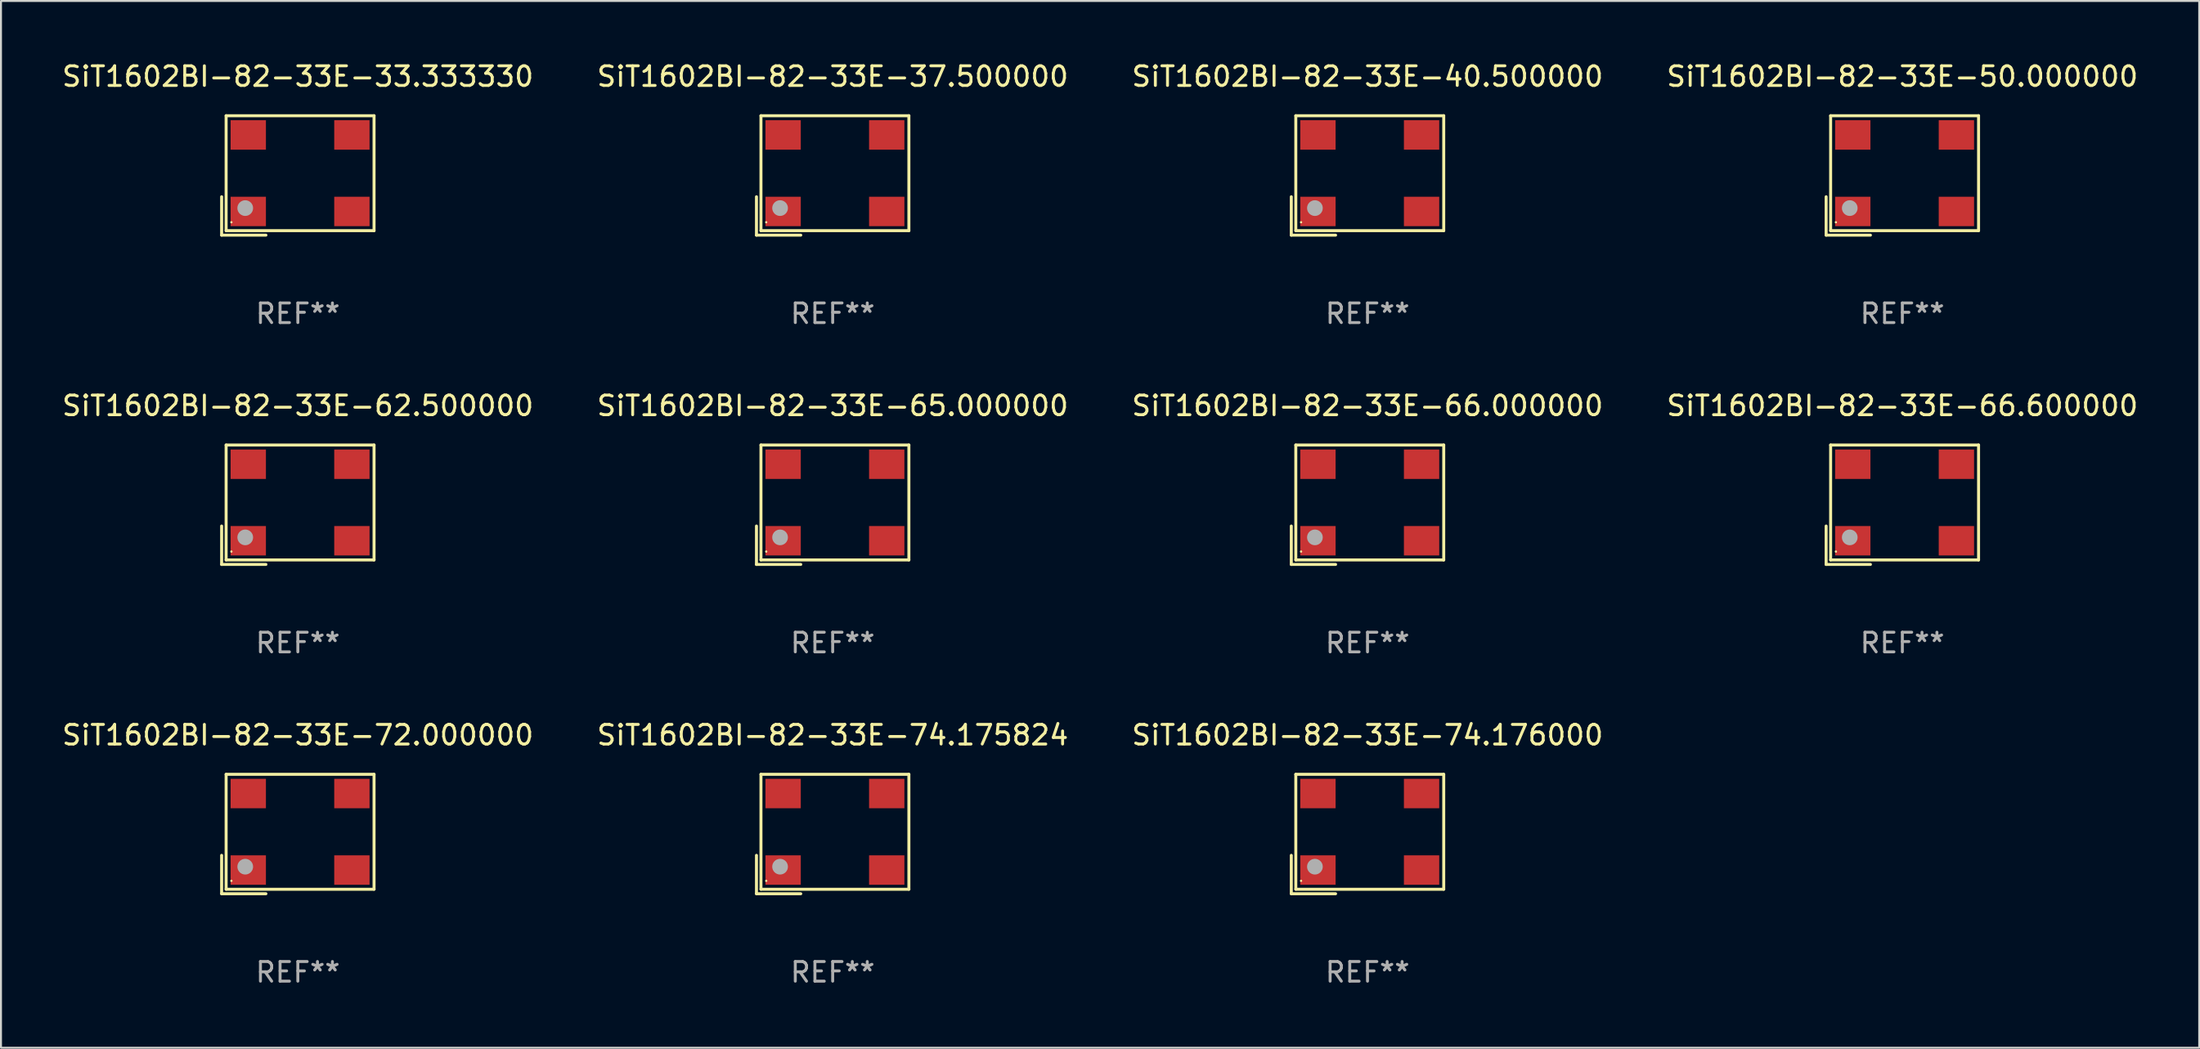
<source format=kicad_pcb>
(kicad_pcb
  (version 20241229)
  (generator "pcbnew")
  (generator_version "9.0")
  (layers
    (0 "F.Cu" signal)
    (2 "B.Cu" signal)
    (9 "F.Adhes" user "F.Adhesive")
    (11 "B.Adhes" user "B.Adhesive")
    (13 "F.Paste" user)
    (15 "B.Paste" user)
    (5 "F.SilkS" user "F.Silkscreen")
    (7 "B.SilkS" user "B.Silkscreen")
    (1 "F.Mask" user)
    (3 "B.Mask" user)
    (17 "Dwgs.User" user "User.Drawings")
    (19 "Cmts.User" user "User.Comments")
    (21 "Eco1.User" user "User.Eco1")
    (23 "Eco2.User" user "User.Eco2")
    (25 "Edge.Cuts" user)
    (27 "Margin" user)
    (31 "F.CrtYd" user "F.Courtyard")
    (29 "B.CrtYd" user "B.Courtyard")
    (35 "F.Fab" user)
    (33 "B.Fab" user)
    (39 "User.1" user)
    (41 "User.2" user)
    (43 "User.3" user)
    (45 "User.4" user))
  (footprint "SiT1602BI-82-33E-33.333330"
    (layer "F.Cu")
    (at 12.125 5.891)
    (property "Reference" "SiT1602BI-82-33E-33.333330" (at 0 -5.043 0) (layer "F.SilkS") (effects (font (size 1 1) (thickness 0.15))))
    (attr through_hole)
    (fp_line (start -3.883 1.086) (end -3.883 3.043) (stroke (width 0.152) (type solid)) (layer "F.SilkS"))
    (fp_line (start -3.883 3.043) (end -1.626 3.043) (stroke (width 0.152) (type solid)) (layer "F.SilkS"))
    (fp_line (start -3.654 -3.043) (end 3.883 -3.043) (stroke (width 0.152) (type solid)) (layer "F.SilkS"))
    (fp_line (start -3.654 2.814) (end -3.654 -3.043) (stroke (width 0.152) (type solid)) (layer "F.SilkS"))
    (fp_line (start 3.883 -3.043) (end 3.883 2.814) (stroke (width 0.152) (type solid)) (layer "F.SilkS"))
    (fp_line (start 3.883 2.814) (end -3.654 2.814) (stroke (width 0.152) (type solid)) (layer "F.SilkS"))
    (fp_circle (center -3.386 2.386) (end -3.356 2.386) (stroke (width 0.06) (type solid)) (fill no) (layer "F.SilkS"))
    (fp_circle (center -2.68 1.664) (end -2.48 1.664) (stroke (width 0.4) (type solid)) (fill no) (layer "F.Fab"))
    (fp_text user "REF**" (at 0 7.043 0) (layer "F.Fab") (effects (font (size 1 1) (thickness 0.15))))
    (pad "1" smd rect (at -2.526 1.836) (size 1.8 1.5) (layers "F.Cu" "F.Mask" "F.Paste"))
    (pad "2" smd rect (at 2.754 1.836) (size 1.8 1.5) (layers "F.Cu" "F.Mask" "F.Paste"))
    (pad "3" smd rect (at 2.754 -2.064) (size 1.8 1.5) (layers "F.Cu" "F.Mask" "F.Paste"))
    (pad "4" smd rect (at -2.526 -2.064) (size 1.8 1.5) (layers "F.Cu" "F.Mask" "F.Paste")))
  (footprint "SiT1602BI-82-33E-72.000000"
    (layer "F.Cu")
    (at 12.125 39.456)
    (property "Reference" "SiT1602BI-82-33E-72.000000" (at 0 -5.043 0) (layer "F.SilkS") (effects (font (size 1 1) (thickness 0.15))))
    (attr through_hole)
    (fp_line (start -3.883 1.086) (end -3.883 3.043) (stroke (width 0.152) (type solid)) (layer "F.SilkS"))
    (fp_line (start -3.883 3.043) (end -1.626 3.043) (stroke (width 0.152) (type solid)) (layer "F.SilkS"))
    (fp_line (start -3.654 -3.043) (end 3.883 -3.043) (stroke (width 0.152) (type solid)) (layer "F.SilkS"))
    (fp_line (start -3.654 2.814) (end -3.654 -3.043) (stroke (width 0.152) (type solid)) (layer "F.SilkS"))
    (fp_line (start 3.883 -3.043) (end 3.883 2.814) (stroke (width 0.152) (type solid)) (layer "F.SilkS"))
    (fp_line (start 3.883 2.814) (end -3.654 2.814) (stroke (width 0.152) (type solid)) (layer "F.SilkS"))
    (fp_circle (center -3.386 2.386) (end -3.356 2.386) (stroke (width 0.06) (type solid)) (fill no) (layer "F.SilkS"))
    (fp_circle (center -2.68 1.664) (end -2.48 1.664) (stroke (width 0.4) (type solid)) (fill no) (layer "F.Fab"))
    (fp_text user "REF**" (at 0 7.043 0) (layer "F.Fab") (effects (font (size 1 1) (thickness 0.15))))
    (pad "1" smd rect (at -2.526 1.836) (size 1.8 1.5) (layers "F.Cu" "F.Mask" "F.Paste"))
    (pad "2" smd rect (at 2.754 1.836) (size 1.8 1.5) (layers "F.Cu" "F.Mask" "F.Paste"))
    (pad "3" smd rect (at 2.754 -2.064) (size 1.8 1.5) (layers "F.Cu" "F.Mask" "F.Paste"))
    (pad "4" smd rect (at -2.526 -2.064) (size 1.8 1.5) (layers "F.Cu" "F.Mask" "F.Paste")))
  (footprint "SiT1602BI-82-33E-66.600000"
    (layer "F.Cu")
    (at 93.875 22.673)
    (property "Reference" "SiT1602BI-82-33E-66.600000" (at 0 -5.043 0) (layer "F.SilkS") (effects (font (size 1 1) (thickness 0.15))))
    (attr through_hole)
    (fp_line (start -3.883 1.086) (end -3.883 3.043) (stroke (width 0.152) (type solid)) (layer "F.SilkS"))
    (fp_line (start -3.883 3.043) (end -1.626 3.043) (stroke (width 0.152) (type solid)) (layer "F.SilkS"))
    (fp_line (start -3.654 -3.043) (end 3.883 -3.043) (stroke (width 0.152) (type solid)) (layer "F.SilkS"))
    (fp_line (start -3.654 2.814) (end -3.654 -3.043) (stroke (width 0.152) (type solid)) (layer "F.SilkS"))
    (fp_line (start 3.883 -3.043) (end 3.883 2.814) (stroke (width 0.152) (type solid)) (layer "F.SilkS"))
    (fp_line (start 3.883 2.814) (end -3.654 2.814) (stroke (width 0.152) (type solid)) (layer "F.SilkS"))
    (fp_circle (center -3.386 2.386) (end -3.356 2.386) (stroke (width 0.06) (type solid)) (fill no) (layer "F.SilkS"))
    (fp_circle (center -2.68 1.664) (end -2.48 1.664) (stroke (width 0.4) (type solid)) (fill no) (layer "F.Fab"))
    (fp_text user "REF**" (at 0 7.043 0) (layer "F.Fab") (effects (font (size 1 1) (thickness 0.15))))
    (pad "1" smd rect (at -2.526 1.836) (size 1.8 1.5) (layers "F.Cu" "F.Mask" "F.Paste"))
    (pad "2" smd rect (at 2.754 1.836) (size 1.8 1.5) (layers "F.Cu" "F.Mask" "F.Paste"))
    (pad "3" smd rect (at 2.754 -2.064) (size 1.8 1.5) (layers "F.Cu" "F.Mask" "F.Paste"))
    (pad "4" smd rect (at -2.526 -2.064) (size 1.8 1.5) (layers "F.Cu" "F.Mask" "F.Paste")))
  (footprint "SiT1602BI-82-33E-66.000000"
    (layer "F.Cu")
    (at 66.625 22.673)
    (property "Reference" "SiT1602BI-82-33E-66.000000" (at 0 -5.043 0) (layer "F.SilkS") (effects (font (size 1 1) (thickness 0.15))))
    (attr through_hole)
    (fp_line (start -3.883 1.086) (end -3.883 3.043) (stroke (width 0.152) (type solid)) (layer "F.SilkS"))
    (fp_line (start -3.883 3.043) (end -1.626 3.043) (stroke (width 0.152) (type solid)) (layer "F.SilkS"))
    (fp_line (start -3.654 -3.043) (end 3.883 -3.043) (stroke (width 0.152) (type solid)) (layer "F.SilkS"))
    (fp_line (start -3.654 2.814) (end -3.654 -3.043) (stroke (width 0.152) (type solid)) (layer "F.SilkS"))
    (fp_line (start 3.883 -3.043) (end 3.883 2.814) (stroke (width 0.152) (type solid)) (layer "F.SilkS"))
    (fp_line (start 3.883 2.814) (end -3.654 2.814) (stroke (width 0.152) (type solid)) (layer "F.SilkS"))
    (fp_circle (center -3.386 2.386) (end -3.356 2.386) (stroke (width 0.06) (type solid)) (fill no) (layer "F.SilkS"))
    (fp_circle (center -2.68 1.664) (end -2.48 1.664) (stroke (width 0.4) (type solid)) (fill no) (layer "F.Fab"))
    (fp_text user "REF**" (at 0 7.043 0) (layer "F.Fab") (effects (font (size 1 1) (thickness 0.15))))
    (pad "1" smd rect (at -2.526 1.836) (size 1.8 1.5) (layers "F.Cu" "F.Mask" "F.Paste"))
    (pad "2" smd rect (at 2.754 1.836) (size 1.8 1.5) (layers "F.Cu" "F.Mask" "F.Paste"))
    (pad "3" smd rect (at 2.754 -2.064) (size 1.8 1.5) (layers "F.Cu" "F.Mask" "F.Paste"))
    (pad "4" smd rect (at -2.526 -2.064) (size 1.8 1.5) (layers "F.Cu" "F.Mask" "F.Paste")))
  (footprint "SiT1602BI-82-33E-40.500000"
    (layer "F.Cu")
    (at 66.625 5.891)
    (property "Reference" "SiT1602BI-82-33E-40.500000" (at 0 -5.043 0) (layer "F.SilkS") (effects (font (size 1 1) (thickness 0.15))))
    (attr through_hole)
    (fp_line (start -3.883 1.086) (end -3.883 3.043) (stroke (width 0.152) (type solid)) (layer "F.SilkS"))
    (fp_line (start -3.883 3.043) (end -1.626 3.043) (stroke (width 0.152) (type solid)) (layer "F.SilkS"))
    (fp_line (start -3.654 -3.043) (end 3.883 -3.043) (stroke (width 0.152) (type solid)) (layer "F.SilkS"))
    (fp_line (start -3.654 2.814) (end -3.654 -3.043) (stroke (width 0.152) (type solid)) (layer "F.SilkS"))
    (fp_line (start 3.883 -3.043) (end 3.883 2.814) (stroke (width 0.152) (type solid)) (layer "F.SilkS"))
    (fp_line (start 3.883 2.814) (end -3.654 2.814) (stroke (width 0.152) (type solid)) (layer "F.SilkS"))
    (fp_circle (center -3.386 2.386) (end -3.356 2.386) (stroke (width 0.06) (type solid)) (fill no) (layer "F.SilkS"))
    (fp_circle (center -2.68 1.664) (end -2.48 1.664) (stroke (width 0.4) (type solid)) (fill no) (layer "F.Fab"))
    (fp_text user "REF**" (at 0 7.043 0) (layer "F.Fab") (effects (font (size 1 1) (thickness 0.15))))
    (pad "1" smd rect (at -2.526 1.836) (size 1.8 1.5) (layers "F.Cu" "F.Mask" "F.Paste"))
    (pad "2" smd rect (at 2.754 1.836) (size 1.8 1.5) (layers "F.Cu" "F.Mask" "F.Paste"))
    (pad "3" smd rect (at 2.754 -2.064) (size 1.8 1.5) (layers "F.Cu" "F.Mask" "F.Paste"))
    (pad "4" smd rect (at -2.526 -2.064) (size 1.8 1.5) (layers "F.Cu" "F.Mask" "F.Paste")))
  (footprint "SiT1602BI-82-33E-74.176000"
    (layer "F.Cu")
    (at 66.625 39.456)
    (property "Reference" "SiT1602BI-82-33E-74.176000" (at 0 -5.043 0) (layer "F.SilkS") (effects (font (size 1 1) (thickness 0.15))))
    (attr through_hole)
    (fp_line (start -3.883 1.086) (end -3.883 3.043) (stroke (width 0.152) (type solid)) (layer "F.SilkS"))
    (fp_line (start -3.883 3.043) (end -1.626 3.043) (stroke (width 0.152) (type solid)) (layer "F.SilkS"))
    (fp_line (start -3.654 -3.043) (end 3.883 -3.043) (stroke (width 0.152) (type solid)) (layer "F.SilkS"))
    (fp_line (start -3.654 2.814) (end -3.654 -3.043) (stroke (width 0.152) (type solid)) (layer "F.SilkS"))
    (fp_line (start 3.883 -3.043) (end 3.883 2.814) (stroke (width 0.152) (type solid)) (layer "F.SilkS"))
    (fp_line (start 3.883 2.814) (end -3.654 2.814) (stroke (width 0.152) (type solid)) (layer "F.SilkS"))
    (fp_circle (center -3.386 2.386) (end -3.356 2.386) (stroke (width 0.06) (type solid)) (fill no) (layer "F.SilkS"))
    (fp_circle (center -2.68 1.664) (end -2.48 1.664) (stroke (width 0.4) (type solid)) (fill no) (layer "F.Fab"))
    (fp_text user "REF**" (at 0 7.043 0) (layer "F.Fab") (effects (font (size 1 1) (thickness 0.15))))
    (pad "1" smd rect (at -2.526 1.836) (size 1.8 1.5) (layers "F.Cu" "F.Mask" "F.Paste"))
    (pad "2" smd rect (at 2.754 1.836) (size 1.8 1.5) (layers "F.Cu" "F.Mask" "F.Paste"))
    (pad "3" smd rect (at 2.754 -2.064) (size 1.8 1.5) (layers "F.Cu" "F.Mask" "F.Paste"))
    (pad "4" smd rect (at -2.526 -2.064) (size 1.8 1.5) (layers "F.Cu" "F.Mask" "F.Paste")))
  (footprint "SiT1602BI-82-33E-62.500000"
    (layer "F.Cu")
    (at 12.125 22.673)
    (property "Reference" "SiT1602BI-82-33E-62.500000" (at 0 -5.043 0) (layer "F.SilkS") (effects (font (size 1 1) (thickness 0.15))))
    (attr through_hole)
    (fp_line (start -3.883 1.086) (end -3.883 3.043) (stroke (width 0.152) (type solid)) (layer "F.SilkS"))
    (fp_line (start -3.883 3.043) (end -1.626 3.043) (stroke (width 0.152) (type solid)) (layer "F.SilkS"))
    (fp_line (start -3.654 -3.043) (end 3.883 -3.043) (stroke (width 0.152) (type solid)) (layer "F.SilkS"))
    (fp_line (start -3.654 2.814) (end -3.654 -3.043) (stroke (width 0.152) (type solid)) (layer "F.SilkS"))
    (fp_line (start 3.883 -3.043) (end 3.883 2.814) (stroke (width 0.152) (type solid)) (layer "F.SilkS"))
    (fp_line (start 3.883 2.814) (end -3.654 2.814) (stroke (width 0.152) (type solid)) (layer "F.SilkS"))
    (fp_circle (center -3.386 2.386) (end -3.356 2.386) (stroke (width 0.06) (type solid)) (fill no) (layer "F.SilkS"))
    (fp_circle (center -2.68 1.664) (end -2.48 1.664) (stroke (width 0.4) (type solid)) (fill no) (layer "F.Fab"))
    (fp_text user "REF**" (at 0 7.043 0) (layer "F.Fab") (effects (font (size 1 1) (thickness 0.15))))
    (pad "1" smd rect (at -2.526 1.836) (size 1.8 1.5) (layers "F.Cu" "F.Mask" "F.Paste"))
    (pad "2" smd rect (at 2.754 1.836) (size 1.8 1.5) (layers "F.Cu" "F.Mask" "F.Paste"))
    (pad "3" smd rect (at 2.754 -2.064) (size 1.8 1.5) (layers "F.Cu" "F.Mask" "F.Paste"))
    (pad "4" smd rect (at -2.526 -2.064) (size 1.8 1.5) (layers "F.Cu" "F.Mask" "F.Paste")))
  (footprint "SiT1602BI-82-33E-37.500000"
    (layer "F.Cu")
    (at 39.375 5.891)
    (property "Reference" "SiT1602BI-82-33E-37.500000" (at 0 -5.043 0) (layer "F.SilkS") (effects (font (size 1 1) (thickness 0.15))))
    (attr through_hole)
    (fp_line (start -3.883 1.086) (end -3.883 3.043) (stroke (width 0.152) (type solid)) (layer "F.SilkS"))
    (fp_line (start -3.883 3.043) (end -1.626 3.043) (stroke (width 0.152) (type solid)) (layer "F.SilkS"))
    (fp_line (start -3.654 -3.043) (end 3.883 -3.043) (stroke (width 0.152) (type solid)) (layer "F.SilkS"))
    (fp_line (start -3.654 2.814) (end -3.654 -3.043) (stroke (width 0.152) (type solid)) (layer "F.SilkS"))
    (fp_line (start 3.883 -3.043) (end 3.883 2.814) (stroke (width 0.152) (type solid)) (layer "F.SilkS"))
    (fp_line (start 3.883 2.814) (end -3.654 2.814) (stroke (width 0.152) (type solid)) (layer "F.SilkS"))
    (fp_circle (center -3.386 2.386) (end -3.356 2.386) (stroke (width 0.06) (type solid)) (fill no) (layer "F.SilkS"))
    (fp_circle (center -2.68 1.664) (end -2.48 1.664) (stroke (width 0.4) (type solid)) (fill no) (layer "F.Fab"))
    (fp_text user "REF**" (at 0 7.043 0) (layer "F.Fab") (effects (font (size 1 1) (thickness 0.15))))
    (pad "1" smd rect (at -2.526 1.836) (size 1.8 1.5) (layers "F.Cu" "F.Mask" "F.Paste"))
    (pad "2" smd rect (at 2.754 1.836) (size 1.8 1.5) (layers "F.Cu" "F.Mask" "F.Paste"))
    (pad "3" smd rect (at 2.754 -2.064) (size 1.8 1.5) (layers "F.Cu" "F.Mask" "F.Paste"))
    (pad "4" smd rect (at -2.526 -2.064) (size 1.8 1.5) (layers "F.Cu" "F.Mask" "F.Paste")))
  (footprint "SiT1602BI-82-33E-65.000000"
    (layer "F.Cu")
    (at 39.375 22.673)
    (property "Reference" "SiT1602BI-82-33E-65.000000" (at 0 -5.043 0) (layer "F.SilkS") (effects (font (size 1 1) (thickness 0.15))))
    (attr through_hole)
    (fp_line (start -3.883 1.086) (end -3.883 3.043) (stroke (width 0.152) (type solid)) (layer "F.SilkS"))
    (fp_line (start -3.883 3.043) (end -1.626 3.043) (stroke (width 0.152) (type solid)) (layer "F.SilkS"))
    (fp_line (start -3.654 -3.043) (end 3.883 -3.043) (stroke (width 0.152) (type solid)) (layer "F.SilkS"))
    (fp_line (start -3.654 2.814) (end -3.654 -3.043) (stroke (width 0.152) (type solid)) (layer "F.SilkS"))
    (fp_line (start 3.883 -3.043) (end 3.883 2.814) (stroke (width 0.152) (type solid)) (layer "F.SilkS"))
    (fp_line (start 3.883 2.814) (end -3.654 2.814) (stroke (width 0.152) (type solid)) (layer "F.SilkS"))
    (fp_circle (center -3.386 2.386) (end -3.356 2.386) (stroke (width 0.06) (type solid)) (fill no) (layer "F.SilkS"))
    (fp_circle (center -2.68 1.664) (end -2.48 1.664) (stroke (width 0.4) (type solid)) (fill no) (layer "F.Fab"))
    (fp_text user "REF**" (at 0 7.043 0) (layer "F.Fab") (effects (font (size 1 1) (thickness 0.15))))
    (pad "1" smd rect (at -2.526 1.836) (size 1.8 1.5) (layers "F.Cu" "F.Mask" "F.Paste"))
    (pad "2" smd rect (at 2.754 1.836) (size 1.8 1.5) (layers "F.Cu" "F.Mask" "F.Paste"))
    (pad "3" smd rect (at 2.754 -2.064) (size 1.8 1.5) (layers "F.Cu" "F.Mask" "F.Paste"))
    (pad "4" smd rect (at -2.526 -2.064) (size 1.8 1.5) (layers "F.Cu" "F.Mask" "F.Paste")))
  (footprint "SiT1602BI-82-33E-50.000000"
    (layer "F.Cu")
    (at 93.875 5.891)
    (property "Reference" "SiT1602BI-82-33E-50.000000" (at 0 -5.043 0) (layer "F.SilkS") (effects (font (size 1 1) (thickness 0.15))))
    (attr through_hole)
    (fp_line (start -3.883 1.086) (end -3.883 3.043) (stroke (width 0.152) (type solid)) (layer "F.SilkS"))
    (fp_line (start -3.883 3.043) (end -1.626 3.043) (stroke (width 0.152) (type solid)) (layer "F.SilkS"))
    (fp_line (start -3.654 -3.043) (end 3.883 -3.043) (stroke (width 0.152) (type solid)) (layer "F.SilkS"))
    (fp_line (start -3.654 2.814) (end -3.654 -3.043) (stroke (width 0.152) (type solid)) (layer "F.SilkS"))
    (fp_line (start 3.883 -3.043) (end 3.883 2.814) (stroke (width 0.152) (type solid)) (layer "F.SilkS"))
    (fp_line (start 3.883 2.814) (end -3.654 2.814) (stroke (width 0.152) (type solid)) (layer "F.SilkS"))
    (fp_circle (center -3.386 2.386) (end -3.356 2.386) (stroke (width 0.06) (type solid)) (fill no) (layer "F.SilkS"))
    (fp_circle (center -2.68 1.664) (end -2.48 1.664) (stroke (width 0.4) (type solid)) (fill no) (layer "F.Fab"))
    (fp_text user "REF**" (at 0 7.043 0) (layer "F.Fab") (effects (font (size 1 1) (thickness 0.15))))
    (pad "1" smd rect (at -2.526 1.836) (size 1.8 1.5) (layers "F.Cu" "F.Mask" "F.Paste"))
    (pad "2" smd rect (at 2.754 1.836) (size 1.8 1.5) (layers "F.Cu" "F.Mask" "F.Paste"))
    (pad "3" smd rect (at 2.754 -2.064) (size 1.8 1.5) (layers "F.Cu" "F.Mask" "F.Paste"))
    (pad "4" smd rect (at -2.526 -2.064) (size 1.8 1.5) (layers "F.Cu" "F.Mask" "F.Paste")))
  (footprint "SiT1602BI-82-33E-74.175824"
    (layer "F.Cu")
    (at 39.375 39.456)
    (property "Reference" "SiT1602BI-82-33E-74.175824" (at 0 -5.043 0) (layer "F.SilkS") (effects (font (size 1 1) (thickness 0.15))))
    (attr through_hole)
    (fp_line (start -3.883 1.086) (end -3.883 3.043) (stroke (width 0.152) (type solid)) (layer "F.SilkS"))
    (fp_line (start -3.883 3.043) (end -1.626 3.043) (stroke (width 0.152) (type solid)) (layer "F.SilkS"))
    (fp_line (start -3.654 -3.043) (end 3.883 -3.043) (stroke (width 0.152) (type solid)) (layer "F.SilkS"))
    (fp_line (start -3.654 2.814) (end -3.654 -3.043) (stroke (width 0.152) (type solid)) (layer "F.SilkS"))
    (fp_line (start 3.883 -3.043) (end 3.883 2.814) (stroke (width 0.152) (type solid)) (layer "F.SilkS"))
    (fp_line (start 3.883 2.814) (end -3.654 2.814) (stroke (width 0.152) (type solid)) (layer "F.SilkS"))
    (fp_circle (center -3.386 2.386) (end -3.356 2.386) (stroke (width 0.06) (type solid)) (fill no) (layer "F.SilkS"))
    (fp_circle (center -2.68 1.664) (end -2.48 1.664) (stroke (width 0.4) (type solid)) (fill no) (layer "F.Fab"))
    (fp_text user "REF**" (at 0 7.043 0) (layer "F.Fab") (effects (font (size 1 1) (thickness 0.15))))
    (pad "1" smd rect (at -2.526 1.836) (size 1.8 1.5) (layers "F.Cu" "F.Mask" "F.Paste"))
    (pad "2" smd rect (at 2.754 1.836) (size 1.8 1.5) (layers "F.Cu" "F.Mask" "F.Paste"))
    (pad "3" smd rect (at 2.754 -2.064) (size 1.8 1.5) (layers "F.Cu" "F.Mask" "F.Paste"))
    (pad "4" smd rect (at -2.526 -2.064) (size 1.8 1.5) (layers "F.Cu" "F.Mask" "F.Paste")))
  (gr_rect
    (start -3 -3)
    (end 109 50.347)
    (stroke (width 0.1) (type default))
    (fill no)
    (layer "Edge.Cuts")))
</source>
